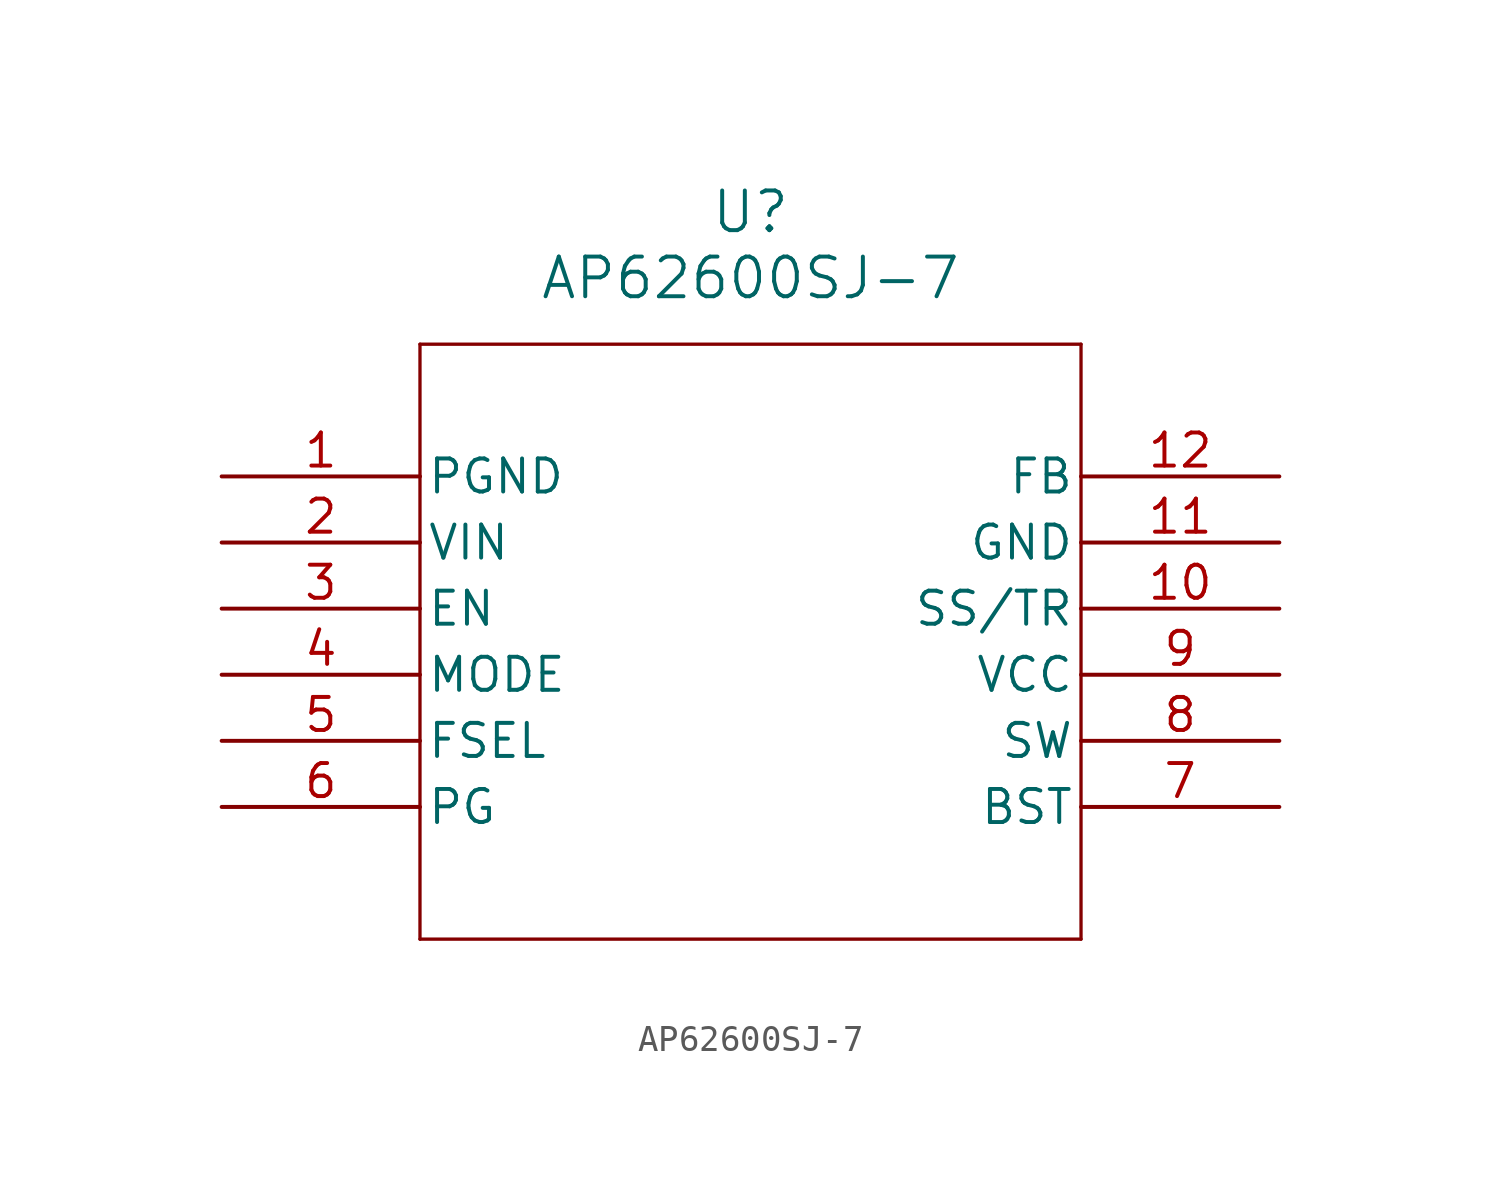
<source format=kicad_sym>
(kicad_symbol_lib
  (version 20211014)
  (generator kicad_symbol_editor)
  (symbol "AP62600SJ-7"
    (pin_names
      (offset 0.254))
    (property "Reference" "U"
      (at 20.32 10.16 0)
      (effects (font (size 1.524 1.524))))
    (property "Value" "AP62600SJ-7"
      (at 20.32 7.62 0)
      (effects (font (size 1.524 1.524))))
    (symbol "AP62600SJ-7_0_1"
      (polyline (pts (xy 7.62 5.08) (xy 7.62 -17.78)) (stroke (width 0.127) (type default) (color 0 0 0 0)) (fill (type none)))
      (polyline (pts (xy 7.62 -17.78) (xy 33.02 -17.78)) (stroke (width 0.127) (type default) (color 0 0 0 0)) (fill (type none)))
      (polyline (pts (xy 33.02 -17.78) (xy 33.02 5.08)) (stroke (width 0.127) (type default) (color 0 0 0 0)) (fill (type none)))
      (polyline (pts (xy 33.02 5.08) (xy 7.62 5.08)) (stroke (width 0.127) (type default) (color 0 0 0 0)) (fill (type none)))
      (pin power_out line (at 0 0 0) (length 7.62) (name "PGND" (effects (font (size 1.27 1.27)))) (number "1" (effects (font (size 1.27 1.27)))))
      (pin input line (at 0 -2.54 0) (length 7.62) (name "VIN" (effects (font (size 1.27 1.27)))) (number "2" (effects (font (size 1.27 1.27)))))
      (pin input line (at 0 -5.08 0) (length 7.62) (name "EN" (effects (font (size 1.27 1.27)))) (number "3" (effects (font (size 1.27 1.27)))))
      (pin unspecified line (at 0 -7.62 0) (length 7.62) (name "MODE" (effects (font (size 1.27 1.27)))) (number "4" (effects (font (size 1.27 1.27)))))
      (pin unspecified line (at 0 -10.16 0) (length 7.62) (name "FSEL" (effects (font (size 1.27 1.27)))) (number "5" (effects (font (size 1.27 1.27)))))
      (pin unspecified line (at 0 -12.7 0) (length 7.62) (name "PG" (effects (font (size 1.27 1.27)))) (number "6" (effects (font (size 1.27 1.27)))))
      (pin input line (at 40.64 -12.7 180) (length 7.62) (name "BST" (effects (font (size 1.27 1.27)))) (number "7" (effects (font (size 1.27 1.27)))))
      (pin output line (at 40.64 -10.16 180) (length 7.62) (name "SW" (effects (font (size 1.27 1.27)))) (number "8" (effects (font (size 1.27 1.27)))))
      (pin power_in line (at 40.64 -7.62 180) (length 7.62) (name "VCC" (effects (font (size 1.27 1.27)))) (number "9" (effects (font (size 1.27 1.27)))))
      (pin unspecified line (at 40.64 -5.08 180) (length 7.62) (name "SS/TR" (effects (font (size 1.27 1.27)))) (number "10" (effects (font (size 1.27 1.27)))))
      (pin power_out line (at 40.64 -2.54 180) (length 7.62) (name "GND" (effects (font (size 1.27 1.27)))) (number "11" (effects (font (size 1.27 1.27)))))
      (pin unspecified line (at 40.64 0 180) (length 7.62) (name "FB" (effects (font (size 1.27 1.27)))) (number "12" (effects (font (size 1.27 1.27))))))))
</source>
